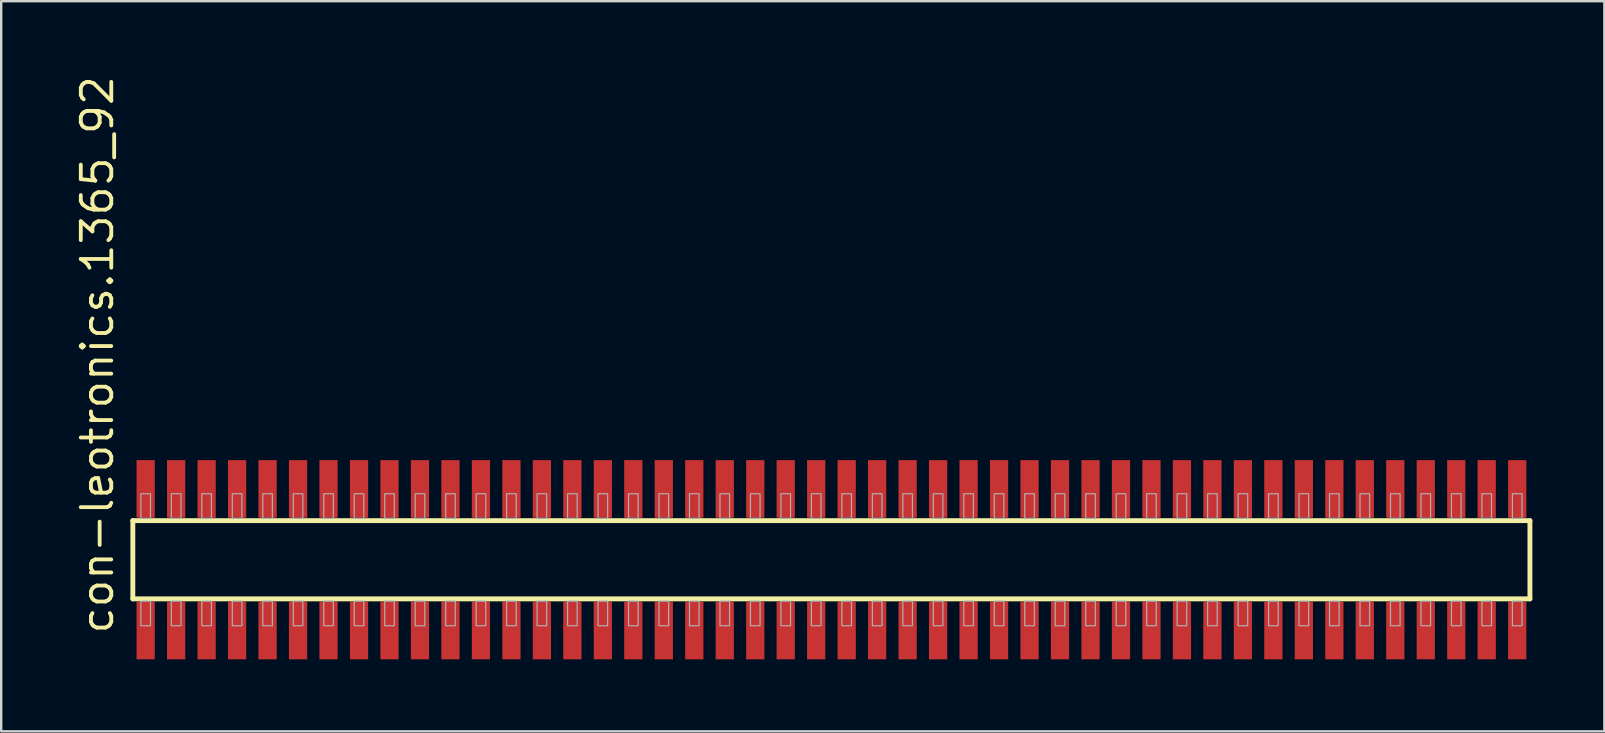
<source format=kicad_pcb>
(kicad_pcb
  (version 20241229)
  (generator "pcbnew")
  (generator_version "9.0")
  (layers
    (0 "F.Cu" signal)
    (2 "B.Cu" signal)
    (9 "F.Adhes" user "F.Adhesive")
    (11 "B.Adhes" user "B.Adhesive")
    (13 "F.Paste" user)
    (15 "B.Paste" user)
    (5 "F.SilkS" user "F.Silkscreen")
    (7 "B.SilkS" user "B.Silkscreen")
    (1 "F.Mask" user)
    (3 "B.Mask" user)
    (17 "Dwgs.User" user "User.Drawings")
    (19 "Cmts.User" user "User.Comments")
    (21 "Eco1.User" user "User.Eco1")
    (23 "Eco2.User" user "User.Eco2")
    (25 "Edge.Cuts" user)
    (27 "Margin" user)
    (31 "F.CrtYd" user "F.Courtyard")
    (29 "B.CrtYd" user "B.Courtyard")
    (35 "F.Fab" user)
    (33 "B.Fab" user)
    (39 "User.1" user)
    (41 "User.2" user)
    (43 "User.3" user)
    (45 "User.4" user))
  (footprint "con-leotronics.1365_92"
    (layer "F.Cu")
    (at 31.595 20.274)
    (property "Reference" "con-leotronics.1365_92" (at -29.845 3.175 90) (layer "F.SilkS") (effects (font (size 1.27 1.27) (thickness 0.16)) (justify left bottom)))
    (attr smd)
    (fp_line (start -29.11 -1.63) (end 29.105 -1.63) (stroke (width 0.203) (type default)) (layer "F.SilkS"))
    (fp_line (start -29.11 1.63) (end -29.11 -1.63) (stroke (width 0.203) (type default)) (layer "F.SilkS"))
    (fp_line (start 29.105 -1.63) (end 29.105 1.63) (stroke (width 0.203) (type default)) (layer "F.SilkS"))
    (fp_line (start 29.105 1.63) (end -29.11 1.63) (stroke (width 0.203) (type default)) (layer "F.SilkS"))
    (fp_rect (start -28.775 -1.725) (end -28.375 -2.75) (stroke (width 0.05) (type default)) (fill no) (layer "F.Fab"))
    (fp_rect (start -28.775 2.75) (end -28.375 1.725) (stroke (width 0.05) (type default)) (fill no) (layer "F.Fab"))
    (fp_rect (start -27.505 -1.725) (end -27.105 -2.75) (stroke (width 0.05) (type default)) (fill no) (layer "F.Fab"))
    (fp_rect (start -27.505 2.75) (end -27.105 1.725) (stroke (width 0.05) (type default)) (fill no) (layer "F.Fab"))
    (fp_rect (start -26.235 -1.725) (end -25.835 -2.75) (stroke (width 0.05) (type default)) (fill no) (layer "F.Fab"))
    (fp_rect (start -26.235 2.75) (end -25.835 1.725) (stroke (width 0.05) (type default)) (fill no) (layer "F.Fab"))
    (fp_rect (start -24.965 -1.725) (end -24.565 -2.75) (stroke (width 0.05) (type default)) (fill no) (layer "F.Fab"))
    (fp_rect (start -24.965 2.75) (end -24.565 1.725) (stroke (width 0.05) (type default)) (fill no) (layer "F.Fab"))
    (fp_rect (start -23.695 -1.725) (end -23.295 -2.75) (stroke (width 0.05) (type default)) (fill no) (layer "F.Fab"))
    (fp_rect (start -23.695 2.75) (end -23.295 1.725) (stroke (width 0.05) (type default)) (fill no) (layer "F.Fab"))
    (fp_rect (start -22.425 -1.725) (end -22.025 -2.75) (stroke (width 0.05) (type default)) (fill no) (layer "F.Fab"))
    (fp_rect (start -22.425 2.75) (end -22.025 1.725) (stroke (width 0.05) (type default)) (fill no) (layer "F.Fab"))
    (fp_rect (start -21.155 -1.725) (end -20.755 -2.75) (stroke (width 0.05) (type default)) (fill no) (layer "F.Fab"))
    (fp_rect (start -21.155 2.75) (end -20.755 1.725) (stroke (width 0.05) (type default)) (fill no) (layer "F.Fab"))
    (fp_rect (start -19.885 -1.725) (end -19.485 -2.75) (stroke (width 0.05) (type default)) (fill no) (layer "F.Fab"))
    (fp_rect (start -19.885 2.75) (end -19.485 1.725) (stroke (width 0.05) (type default)) (fill no) (layer "F.Fab"))
    (fp_rect (start -18.615 -1.725) (end -18.215 -2.75) (stroke (width 0.05) (type default)) (fill no) (layer "F.Fab"))
    (fp_rect (start -18.615 2.75) (end -18.215 1.725) (stroke (width 0.05) (type default)) (fill no) (layer "F.Fab"))
    (fp_rect (start -17.345 -1.725) (end -16.945 -2.75) (stroke (width 0.05) (type default)) (fill no) (layer "F.Fab"))
    (fp_rect (start -17.345 2.75) (end -16.945 1.725) (stroke (width 0.05) (type default)) (fill no) (layer "F.Fab"))
    (fp_rect (start -16.075 -1.725) (end -15.675 -2.75) (stroke (width 0.05) (type default)) (fill no) (layer "F.Fab"))
    (fp_rect (start -16.075 2.75) (end -15.675 1.725) (stroke (width 0.05) (type default)) (fill no) (layer "F.Fab"))
    (fp_rect (start -14.805 -1.725) (end -14.405 -2.75) (stroke (width 0.05) (type default)) (fill no) (layer "F.Fab"))
    (fp_rect (start -14.805 2.75) (end -14.405 1.725) (stroke (width 0.05) (type default)) (fill no) (layer "F.Fab"))
    (fp_rect (start -13.535 -1.725) (end -13.135 -2.75) (stroke (width 0.05) (type default)) (fill no) (layer "F.Fab"))
    (fp_rect (start -13.535 2.75) (end -13.135 1.725) (stroke (width 0.05) (type default)) (fill no) (layer "F.Fab"))
    (fp_rect (start -12.265 -1.725) (end -11.865 -2.75) (stroke (width 0.05) (type default)) (fill no) (layer "F.Fab"))
    (fp_rect (start -12.265 2.75) (end -11.865 1.725) (stroke (width 0.05) (type default)) (fill no) (layer "F.Fab"))
    (fp_rect (start -10.995 -1.725) (end -10.595 -2.75) (stroke (width 0.05) (type default)) (fill no) (layer "F.Fab"))
    (fp_rect (start -10.995 2.75) (end -10.595 1.725) (stroke (width 0.05) (type default)) (fill no) (layer "F.Fab"))
    (fp_rect (start -9.725 -1.725) (end -9.325 -2.75) (stroke (width 0.05) (type default)) (fill no) (layer "F.Fab"))
    (fp_rect (start -9.725 2.75) (end -9.325 1.725) (stroke (width 0.05) (type default)) (fill no) (layer "F.Fab"))
    (fp_rect (start -8.455 -1.725) (end -8.055 -2.75) (stroke (width 0.05) (type default)) (fill no) (layer "F.Fab"))
    (fp_rect (start -8.455 2.75) (end -8.055 1.725) (stroke (width 0.05) (type default)) (fill no) (layer "F.Fab"))
    (fp_rect (start -7.185 -1.725) (end -6.785 -2.75) (stroke (width 0.05) (type default)) (fill no) (layer "F.Fab"))
    (fp_rect (start -7.185 2.75) (end -6.785 1.725) (stroke (width 0.05) (type default)) (fill no) (layer "F.Fab"))
    (fp_rect (start -5.915 -1.725) (end -5.515 -2.75) (stroke (width 0.05) (type default)) (fill no) (layer "F.Fab"))
    (fp_rect (start -5.915 2.75) (end -5.515 1.725) (stroke (width 0.05) (type default)) (fill no) (layer "F.Fab"))
    (fp_rect (start -4.645 -1.725) (end -4.245 -2.75) (stroke (width 0.05) (type default)) (fill no) (layer "F.Fab"))
    (fp_rect (start -4.645 2.75) (end -4.245 1.725) (stroke (width 0.05) (type default)) (fill no) (layer "F.Fab"))
    (fp_rect (start -3.375 -1.725) (end -2.975 -2.75) (stroke (width 0.05) (type default)) (fill no) (layer "F.Fab"))
    (fp_rect (start -3.375 2.75) (end -2.975 1.725) (stroke (width 0.05) (type default)) (fill no) (layer "F.Fab"))
    (fp_rect (start -2.105 -1.725) (end -1.705 -2.75) (stroke (width 0.05) (type default)) (fill no) (layer "F.Fab"))
    (fp_rect (start -2.105 2.75) (end -1.705 1.725) (stroke (width 0.05) (type default)) (fill no) (layer "F.Fab"))
    (fp_rect (start -0.835 -1.725) (end -0.435 -2.75) (stroke (width 0.05) (type default)) (fill no) (layer "F.Fab"))
    (fp_rect (start -0.835 2.75) (end -0.435 1.725) (stroke (width 0.05) (type default)) (fill no) (layer "F.Fab"))
    (fp_rect (start 0.435 -1.725) (end 0.835 -2.75) (stroke (width 0.05) (type default)) (fill no) (layer "F.Fab"))
    (fp_rect (start 0.435 2.75) (end 0.835 1.725) (stroke (width 0.05) (type default)) (fill no) (layer "F.Fab"))
    (fp_rect (start 1.705 -1.725) (end 2.105 -2.75) (stroke (width 0.05) (type default)) (fill no) (layer "F.Fab"))
    (fp_rect (start 1.705 2.75) (end 2.105 1.725) (stroke (width 0.05) (type default)) (fill no) (layer "F.Fab"))
    (fp_rect (start 2.975 -1.725) (end 3.375 -2.75) (stroke (width 0.05) (type default)) (fill no) (layer "F.Fab"))
    (fp_rect (start 2.975 2.75) (end 3.375 1.725) (stroke (width 0.05) (type default)) (fill no) (layer "F.Fab"))
    (fp_rect (start 4.245 -1.725) (end 4.645 -2.75) (stroke (width 0.05) (type default)) (fill no) (layer "F.Fab"))
    (fp_rect (start 4.245 2.75) (end 4.645 1.725) (stroke (width 0.05) (type default)) (fill no) (layer "F.Fab"))
    (fp_rect (start 5.515 -1.725) (end 5.915 -2.75) (stroke (width 0.05) (type default)) (fill no) (layer "F.Fab"))
    (fp_rect (start 5.515 2.75) (end 5.915 1.725) (stroke (width 0.05) (type default)) (fill no) (layer "F.Fab"))
    (fp_rect (start 6.785 -1.725) (end 7.185 -2.75) (stroke (width 0.05) (type default)) (fill no) (layer "F.Fab"))
    (fp_rect (start 6.785 2.75) (end 7.185 1.725) (stroke (width 0.05) (type default)) (fill no) (layer "F.Fab"))
    (fp_rect (start 8.055 -1.725) (end 8.455 -2.75) (stroke (width 0.05) (type default)) (fill no) (layer "F.Fab"))
    (fp_rect (start 8.055 2.75) (end 8.455 1.725) (stroke (width 0.05) (type default)) (fill no) (layer "F.Fab"))
    (fp_rect (start 9.325 -1.725) (end 9.725 -2.75) (stroke (width 0.05) (type default)) (fill no) (layer "F.Fab"))
    (fp_rect (start 9.325 2.75) (end 9.725 1.725) (stroke (width 0.05) (type default)) (fill no) (layer "F.Fab"))
    (fp_rect (start 10.595 -1.725) (end 10.995 -2.75) (stroke (width 0.05) (type default)) (fill no) (layer "F.Fab"))
    (fp_rect (start 10.595 2.75) (end 10.995 1.725) (stroke (width 0.05) (type default)) (fill no) (layer "F.Fab"))
    (fp_rect (start 11.865 -1.725) (end 12.265 -2.75) (stroke (width 0.05) (type default)) (fill no) (layer "F.Fab"))
    (fp_rect (start 11.865 2.75) (end 12.265 1.725) (stroke (width 0.05) (type default)) (fill no) (layer "F.Fab"))
    (fp_rect (start 13.135 -1.725) (end 13.535 -2.75) (stroke (width 0.05) (type default)) (fill no) (layer "F.Fab"))
    (fp_rect (start 13.135 2.75) (end 13.535 1.725) (stroke (width 0.05) (type default)) (fill no) (layer "F.Fab"))
    (fp_rect (start 14.405 -1.725) (end 14.805 -2.75) (stroke (width 0.05) (type default)) (fill no) (layer "F.Fab"))
    (fp_rect (start 14.405 2.75) (end 14.805 1.725) (stroke (width 0.05) (type default)) (fill no) (layer "F.Fab"))
    (fp_rect (start 15.675 -1.725) (end 16.075 -2.75) (stroke (width 0.05) (type default)) (fill no) (layer "F.Fab"))
    (fp_rect (start 15.675 2.75) (end 16.075 1.725) (stroke (width 0.05) (type default)) (fill no) (layer "F.Fab"))
    (fp_rect (start 16.945 -1.725) (end 17.345 -2.75) (stroke (width 0.05) (type default)) (fill no) (layer "F.Fab"))
    (fp_rect (start 16.945 2.75) (end 17.345 1.725) (stroke (width 0.05) (type default)) (fill no) (layer "F.Fab"))
    (fp_rect (start 18.215 -1.725) (end 18.615 -2.75) (stroke (width 0.05) (type default)) (fill no) (layer "F.Fab"))
    (fp_rect (start 18.215 2.75) (end 18.615 1.725) (stroke (width 0.05) (type default)) (fill no) (layer "F.Fab"))
    (fp_rect (start 19.485 -1.725) (end 19.885 -2.75) (stroke (width 0.05) (type default)) (fill no) (layer "F.Fab"))
    (fp_rect (start 19.485 2.75) (end 19.885 1.725) (stroke (width 0.05) (type default)) (fill no) (layer "F.Fab"))
    (fp_rect (start 20.755 -1.725) (end 21.155 -2.75) (stroke (width 0.05) (type default)) (fill no) (layer "F.Fab"))
    (fp_rect (start 20.755 2.75) (end 21.155 1.725) (stroke (width 0.05) (type default)) (fill no) (layer "F.Fab"))
    (fp_rect (start 22.025 -1.725) (end 22.425 -2.75) (stroke (width 0.05) (type default)) (fill no) (layer "F.Fab"))
    (fp_rect (start 22.025 2.75) (end 22.425 1.725) (stroke (width 0.05) (type default)) (fill no) (layer "F.Fab"))
    (fp_rect (start 23.295 -1.725) (end 23.695 -2.75) (stroke (width 0.05) (type default)) (fill no) (layer "F.Fab"))
    (fp_rect (start 23.295 2.75) (end 23.695 1.725) (stroke (width 0.05) (type default)) (fill no) (layer "F.Fab"))
    (fp_rect (start 24.565 -1.725) (end 24.965 -2.75) (stroke (width 0.05) (type default)) (fill no) (layer "F.Fab"))
    (fp_rect (start 24.565 2.75) (end 24.965 1.725) (stroke (width 0.05) (type default)) (fill no) (layer "F.Fab"))
    (fp_rect (start 25.835 -1.725) (end 26.235 -2.75) (stroke (width 0.05) (type default)) (fill no) (layer "F.Fab"))
    (fp_rect (start 25.835 2.75) (end 26.235 1.725) (stroke (width 0.05) (type default)) (fill no) (layer "F.Fab"))
    (fp_rect (start 27.105 -1.725) (end 27.505 -2.75) (stroke (width 0.05) (type default)) (fill no) (layer "F.Fab"))
    (fp_rect (start 27.105 2.75) (end 27.505 1.725) (stroke (width 0.05) (type default)) (fill no) (layer "F.Fab"))
    (fp_rect (start 28.375 -1.725) (end 28.775 -2.75) (stroke (width 0.05) (type default)) (fill no) (layer "F.Fab"))
    (fp_rect (start 28.375 2.75) (end 28.775 1.725) (stroke (width 0.05) (type default)) (fill no) (layer "F.Fab"))
    (pad "1" smd roundrect (at -28.575 2.95) (size 0.76 2.4) (layers "F.Cu" "F.Mask" "F.Paste") (roundrect_rratio 0.01))
    (pad "2" smd roundrect (at -28.575 -2.95) (size 0.76 2.4) (layers "F.Cu" "F.Mask" "F.Paste") (roundrect_rratio 0.01))
    (pad "3" smd roundrect (at -27.305 2.95) (size 0.76 2.4) (layers "F.Cu" "F.Mask" "F.Paste") (roundrect_rratio 0.01))
    (pad "4" smd roundrect (at -27.305 -2.95) (size 0.76 2.4) (layers "F.Cu" "F.Mask" "F.Paste") (roundrect_rratio 0.01))
    (pad "5" smd roundrect (at -26.035 2.95) (size 0.76 2.4) (layers "F.Cu" "F.Mask" "F.Paste") (roundrect_rratio 0.01))
    (pad "6" smd roundrect (at -26.035 -2.95) (size 0.76 2.4) (layers "F.Cu" "F.Mask" "F.Paste") (roundrect_rratio 0.01))
    (pad "7" smd roundrect (at -24.765 2.95) (size 0.76 2.4) (layers "F.Cu" "F.Mask" "F.Paste") (roundrect_rratio 0.01))
    (pad "8" smd roundrect (at -24.765 -2.95) (size 0.76 2.4) (layers "F.Cu" "F.Mask" "F.Paste") (roundrect_rratio 0.01))
    (pad "9" smd roundrect (at -23.495 2.95) (size 0.76 2.4) (layers "F.Cu" "F.Mask" "F.Paste") (roundrect_rratio 0.01))
    (pad "10" smd roundrect (at -23.495 -2.95) (size 0.76 2.4) (layers "F.Cu" "F.Mask" "F.Paste") (roundrect_rratio 0.01))
    (pad "11" smd roundrect (at -22.225 2.95) (size 0.76 2.4) (layers "F.Cu" "F.Mask" "F.Paste") (roundrect_rratio 0.01))
    (pad "12" smd roundrect (at -22.225 -2.95) (size 0.76 2.4) (layers "F.Cu" "F.Mask" "F.Paste") (roundrect_rratio 0.01))
    (pad "13" smd roundrect (at -20.955 2.95) (size 0.76 2.4) (layers "F.Cu" "F.Mask" "F.Paste") (roundrect_rratio 0.01))
    (pad "14" smd roundrect (at -20.955 -2.95) (size 0.76 2.4) (layers "F.Cu" "F.Mask" "F.Paste") (roundrect_rratio 0.01))
    (pad "15" smd roundrect (at -19.685 2.95) (size 0.76 2.4) (layers "F.Cu" "F.Mask" "F.Paste") (roundrect_rratio 0.01))
    (pad "16" smd roundrect (at -19.685 -2.95) (size 0.76 2.4) (layers "F.Cu" "F.Mask" "F.Paste") (roundrect_rratio 0.01))
    (pad "17" smd roundrect (at -18.415 2.95) (size 0.76 2.4) (layers "F.Cu" "F.Mask" "F.Paste") (roundrect_rratio 0.01))
    (pad "18" smd roundrect (at -18.415 -2.95) (size 0.76 2.4) (layers "F.Cu" "F.Mask" "F.Paste") (roundrect_rratio 0.01))
    (pad "19" smd roundrect (at -17.145 2.95) (size 0.76 2.4) (layers "F.Cu" "F.Mask" "F.Paste") (roundrect_rratio 0.01))
    (pad "20" smd roundrect (at -17.145 -2.95) (size 0.76 2.4) (layers "F.Cu" "F.Mask" "F.Paste") (roundrect_rratio 0.01))
    (pad "21" smd roundrect (at -15.875 2.95) (size 0.76 2.4) (layers "F.Cu" "F.Mask" "F.Paste") (roundrect_rratio 0.01))
    (pad "22" smd roundrect (at -15.875 -2.95) (size 0.76 2.4) (layers "F.Cu" "F.Mask" "F.Paste") (roundrect_rratio 0.01))
    (pad "23" smd roundrect (at -14.605 2.95) (size 0.76 2.4) (layers "F.Cu" "F.Mask" "F.Paste") (roundrect_rratio 0.01))
    (pad "24" smd roundrect (at -14.605 -2.95) (size 0.76 2.4) (layers "F.Cu" "F.Mask" "F.Paste") (roundrect_rratio 0.01))
    (pad "25" smd roundrect (at -13.335 2.95) (size 0.76 2.4) (layers "F.Cu" "F.Mask" "F.Paste") (roundrect_rratio 0.01))
    (pad "26" smd roundrect (at -13.335 -2.95) (size 0.76 2.4) (layers "F.Cu" "F.Mask" "F.Paste") (roundrect_rratio 0.01))
    (pad "27" smd roundrect (at -12.065 2.95) (size 0.76 2.4) (layers "F.Cu" "F.Mask" "F.Paste") (roundrect_rratio 0.01))
    (pad "28" smd roundrect (at -12.065 -2.95) (size 0.76 2.4) (layers "F.Cu" "F.Mask" "F.Paste") (roundrect_rratio 0.01))
    (pad "29" smd roundrect (at -10.795 2.95) (size 0.76 2.4) (layers "F.Cu" "F.Mask" "F.Paste") (roundrect_rratio 0.01))
    (pad "30" smd roundrect (at -10.795 -2.95) (size 0.76 2.4) (layers "F.Cu" "F.Mask" "F.Paste") (roundrect_rratio 0.01))
    (pad "31" smd roundrect (at -9.525 2.95) (size 0.76 2.4) (layers "F.Cu" "F.Mask" "F.Paste") (roundrect_rratio 0.01))
    (pad "32" smd roundrect (at -9.525 -2.95) (size 0.76 2.4) (layers "F.Cu" "F.Mask" "F.Paste") (roundrect_rratio 0.01))
    (pad "33" smd roundrect (at -8.255 2.95) (size 0.76 2.4) (layers "F.Cu" "F.Mask" "F.Paste") (roundrect_rratio 0.01))
    (pad "34" smd roundrect (at -8.255 -2.95) (size 0.76 2.4) (layers "F.Cu" "F.Mask" "F.Paste") (roundrect_rratio 0.01))
    (pad "35" smd roundrect (at -6.985 2.95) (size 0.76 2.4) (layers "F.Cu" "F.Mask" "F.Paste") (roundrect_rratio 0.01))
    (pad "36" smd roundrect (at -6.985 -2.95) (size 0.76 2.4) (layers "F.Cu" "F.Mask" "F.Paste") (roundrect_rratio 0.01))
    (pad "37" smd roundrect (at -5.715 2.95) (size 0.76 2.4) (layers "F.Cu" "F.Mask" "F.Paste") (roundrect_rratio 0.01))
    (pad "38" smd roundrect (at -5.715 -2.95) (size 0.76 2.4) (layers "F.Cu" "F.Mask" "F.Paste") (roundrect_rratio 0.01))
    (pad "39" smd roundrect (at -4.445 2.95) (size 0.76 2.4) (layers "F.Cu" "F.Mask" "F.Paste") (roundrect_rratio 0.01))
    (pad "40" smd roundrect (at -4.445 -2.95) (size 0.76 2.4) (layers "F.Cu" "F.Mask" "F.Paste") (roundrect_rratio 0.01))
    (pad "41" smd roundrect (at -3.175 2.95) (size 0.76 2.4) (layers "F.Cu" "F.Mask" "F.Paste") (roundrect_rratio 0.01))
    (pad "42" smd roundrect (at -3.175 -2.95) (size 0.76 2.4) (layers "F.Cu" "F.Mask" "F.Paste") (roundrect_rratio 0.01))
    (pad "43" smd roundrect (at -1.905 2.95) (size 0.76 2.4) (layers "F.Cu" "F.Mask" "F.Paste") (roundrect_rratio 0.01))
    (pad "44" smd roundrect (at -1.905 -2.95) (size 0.76 2.4) (layers "F.Cu" "F.Mask" "F.Paste") (roundrect_rratio 0.01))
    (pad "45" smd roundrect (at -0.635 2.95) (size 0.76 2.4) (layers "F.Cu" "F.Mask" "F.Paste") (roundrect_rratio 0.01))
    (pad "46" smd roundrect (at -0.635 -2.95) (size 0.76 2.4) (layers "F.Cu" "F.Mask" "F.Paste") (roundrect_rratio 0.01))
    (pad "47" smd roundrect (at 0.635 2.95) (size 0.76 2.4) (layers "F.Cu" "F.Mask" "F.Paste") (roundrect_rratio 0.01))
    (pad "48" smd roundrect (at 0.635 -2.95) (size 0.76 2.4) (layers "F.Cu" "F.Mask" "F.Paste") (roundrect_rratio 0.01))
    (pad "49" smd roundrect (at 1.905 2.95) (size 0.76 2.4) (layers "F.Cu" "F.Mask" "F.Paste") (roundrect_rratio 0.01))
    (pad "50" smd roundrect (at 1.905 -2.95) (size 0.76 2.4) (layers "F.Cu" "F.Mask" "F.Paste") (roundrect_rratio 0.01))
    (pad "51" smd roundrect (at 3.175 2.95) (size 0.76 2.4) (layers "F.Cu" "F.Mask" "F.Paste") (roundrect_rratio 0.01))
    (pad "52" smd roundrect (at 3.175 -2.95) (size 0.76 2.4) (layers "F.Cu" "F.Mask" "F.Paste") (roundrect_rratio 0.01))
    (pad "53" smd roundrect (at 4.445 2.95) (size 0.76 2.4) (layers "F.Cu" "F.Mask" "F.Paste") (roundrect_rratio 0.01))
    (pad "54" smd roundrect (at 4.445 -2.95) (size 0.76 2.4) (layers "F.Cu" "F.Mask" "F.Paste") (roundrect_rratio 0.01))
    (pad "55" smd roundrect (at 5.715 2.95) (size 0.76 2.4) (layers "F.Cu" "F.Mask" "F.Paste") (roundrect_rratio 0.01))
    (pad "56" smd roundrect (at 5.715 -2.95) (size 0.76 2.4) (layers "F.Cu" "F.Mask" "F.Paste") (roundrect_rratio 0.01))
    (pad "57" smd roundrect (at 6.985 2.95) (size 0.76 2.4) (layers "F.Cu" "F.Mask" "F.Paste") (roundrect_rratio 0.01))
    (pad "58" smd roundrect (at 6.985 -2.95) (size 0.76 2.4) (layers "F.Cu" "F.Mask" "F.Paste") (roundrect_rratio 0.01))
    (pad "59" smd roundrect (at 8.255 2.95) (size 0.76 2.4) (layers "F.Cu" "F.Mask" "F.Paste") (roundrect_rratio 0.01))
    (pad "60" smd roundrect (at 8.255 -2.95) (size 0.76 2.4) (layers "F.Cu" "F.Mask" "F.Paste") (roundrect_rratio 0.01))
    (pad "61" smd roundrect (at 9.525 2.95) (size 0.76 2.4) (layers "F.Cu" "F.Mask" "F.Paste") (roundrect_rratio 0.01))
    (pad "62" smd roundrect (at 9.525 -2.95) (size 0.76 2.4) (layers "F.Cu" "F.Mask" "F.Paste") (roundrect_rratio 0.01))
    (pad "63" smd roundrect (at 10.795 2.95) (size 0.76 2.4) (layers "F.Cu" "F.Mask" "F.Paste") (roundrect_rratio 0.01))
    (pad "64" smd roundrect (at 10.795 -2.95) (size 0.76 2.4) (layers "F.Cu" "F.Mask" "F.Paste") (roundrect_rratio 0.01))
    (pad "65" smd roundrect (at 12.065 2.95) (size 0.76 2.4) (layers "F.Cu" "F.Mask" "F.Paste") (roundrect_rratio 0.01))
    (pad "66" smd roundrect (at 12.065 -2.95) (size 0.76 2.4) (layers "F.Cu" "F.Mask" "F.Paste") (roundrect_rratio 0.01))
    (pad "67" smd roundrect (at 13.335 2.95) (size 0.76 2.4) (layers "F.Cu" "F.Mask" "F.Paste") (roundrect_rratio 0.01))
    (pad "68" smd roundrect (at 13.335 -2.95) (size 0.76 2.4) (layers "F.Cu" "F.Mask" "F.Paste") (roundrect_rratio 0.01))
    (pad "69" smd roundrect (at 14.605 2.95) (size 0.76 2.4) (layers "F.Cu" "F.Mask" "F.Paste") (roundrect_rratio 0.01))
    (pad "70" smd roundrect (at 14.605 -2.95) (size 0.76 2.4) (layers "F.Cu" "F.Mask" "F.Paste") (roundrect_rratio 0.01))
    (pad "71" smd roundrect (at 15.875 2.95) (size 0.76 2.4) (layers "F.Cu" "F.Mask" "F.Paste") (roundrect_rratio 0.01))
    (pad "72" smd roundrect (at 15.875 -2.95) (size 0.76 2.4) (layers "F.Cu" "F.Mask" "F.Paste") (roundrect_rratio 0.01))
    (pad "73" smd roundrect (at 17.145 2.95) (size 0.76 2.4) (layers "F.Cu" "F.Mask" "F.Paste") (roundrect_rratio 0.01))
    (pad "74" smd roundrect (at 17.145 -2.95) (size 0.76 2.4) (layers "F.Cu" "F.Mask" "F.Paste") (roundrect_rratio 0.01))
    (pad "75" smd roundrect (at 18.415 2.95) (size 0.76 2.4) (layers "F.Cu" "F.Mask" "F.Paste") (roundrect_rratio 0.01))
    (pad "76" smd roundrect (at 18.415 -2.95) (size 0.76 2.4) (layers "F.Cu" "F.Mask" "F.Paste") (roundrect_rratio 0.01))
    (pad "77" smd roundrect (at 19.685 2.95) (size 0.76 2.4) (layers "F.Cu" "F.Mask" "F.Paste") (roundrect_rratio 0.01))
    (pad "78" smd roundrect (at 19.685 -2.95) (size 0.76 2.4) (layers "F.Cu" "F.Mask" "F.Paste") (roundrect_rratio 0.01))
    (pad "79" smd roundrect (at 20.955 2.95) (size 0.76 2.4) (layers "F.Cu" "F.Mask" "F.Paste") (roundrect_rratio 0.01))
    (pad "80" smd roundrect (at 20.955 -2.95) (size 0.76 2.4) (layers "F.Cu" "F.Mask" "F.Paste") (roundrect_rratio 0.01))
    (pad "81" smd roundrect (at 22.225 2.95) (size 0.76 2.4) (layers "F.Cu" "F.Mask" "F.Paste") (roundrect_rratio 0.01))
    (pad "82" smd roundrect (at 22.225 -2.95) (size 0.76 2.4) (layers "F.Cu" "F.Mask" "F.Paste") (roundrect_rratio 0.01))
    (pad "83" smd roundrect (at 23.495 2.95) (size 0.76 2.4) (layers "F.Cu" "F.Mask" "F.Paste") (roundrect_rratio 0.01))
    (pad "84" smd roundrect (at 23.495 -2.95) (size 0.76 2.4) (layers "F.Cu" "F.Mask" "F.Paste") (roundrect_rratio 0.01))
    (pad "85" smd roundrect (at 24.765 2.95) (size 0.76 2.4) (layers "F.Cu" "F.Mask" "F.Paste") (roundrect_rratio 0.01))
    (pad "86" smd roundrect (at 24.765 -2.95) (size 0.76 2.4) (layers "F.Cu" "F.Mask" "F.Paste") (roundrect_rratio 0.01))
    (pad "87" smd roundrect (at 26.035 2.95) (size 0.76 2.4) (layers "F.Cu" "F.Mask" "F.Paste") (roundrect_rratio 0.01))
    (pad "88" smd roundrect (at 26.035 -2.95) (size 0.76 2.4) (layers "F.Cu" "F.Mask" "F.Paste") (roundrect_rratio 0.01))
    (pad "89" smd roundrect (at 27.305 2.95) (size 0.76 2.4) (layers "F.Cu" "F.Mask" "F.Paste") (roundrect_rratio 0.01))
    (pad "90" smd roundrect (at 27.305 -2.95) (size 0.76 2.4) (layers "F.Cu" "F.Mask" "F.Paste") (roundrect_rratio 0.01))
    (pad "91" smd roundrect (at 28.575 2.95) (size 0.76 2.4) (layers "F.Cu" "F.Mask" "F.Paste") (roundrect_rratio 0.01))
    (pad "92" smd roundrect (at 28.575 -2.95) (size 0.76 2.4) (layers "F.Cu" "F.Mask" "F.Paste") (roundrect_rratio 0.01)))
  (gr_rect
    (start -3 -3)
    (end 63.802 27.424)
    (stroke (width 0.1) (type default))
    (fill no)
    (layer "Edge.Cuts")))
</source>
